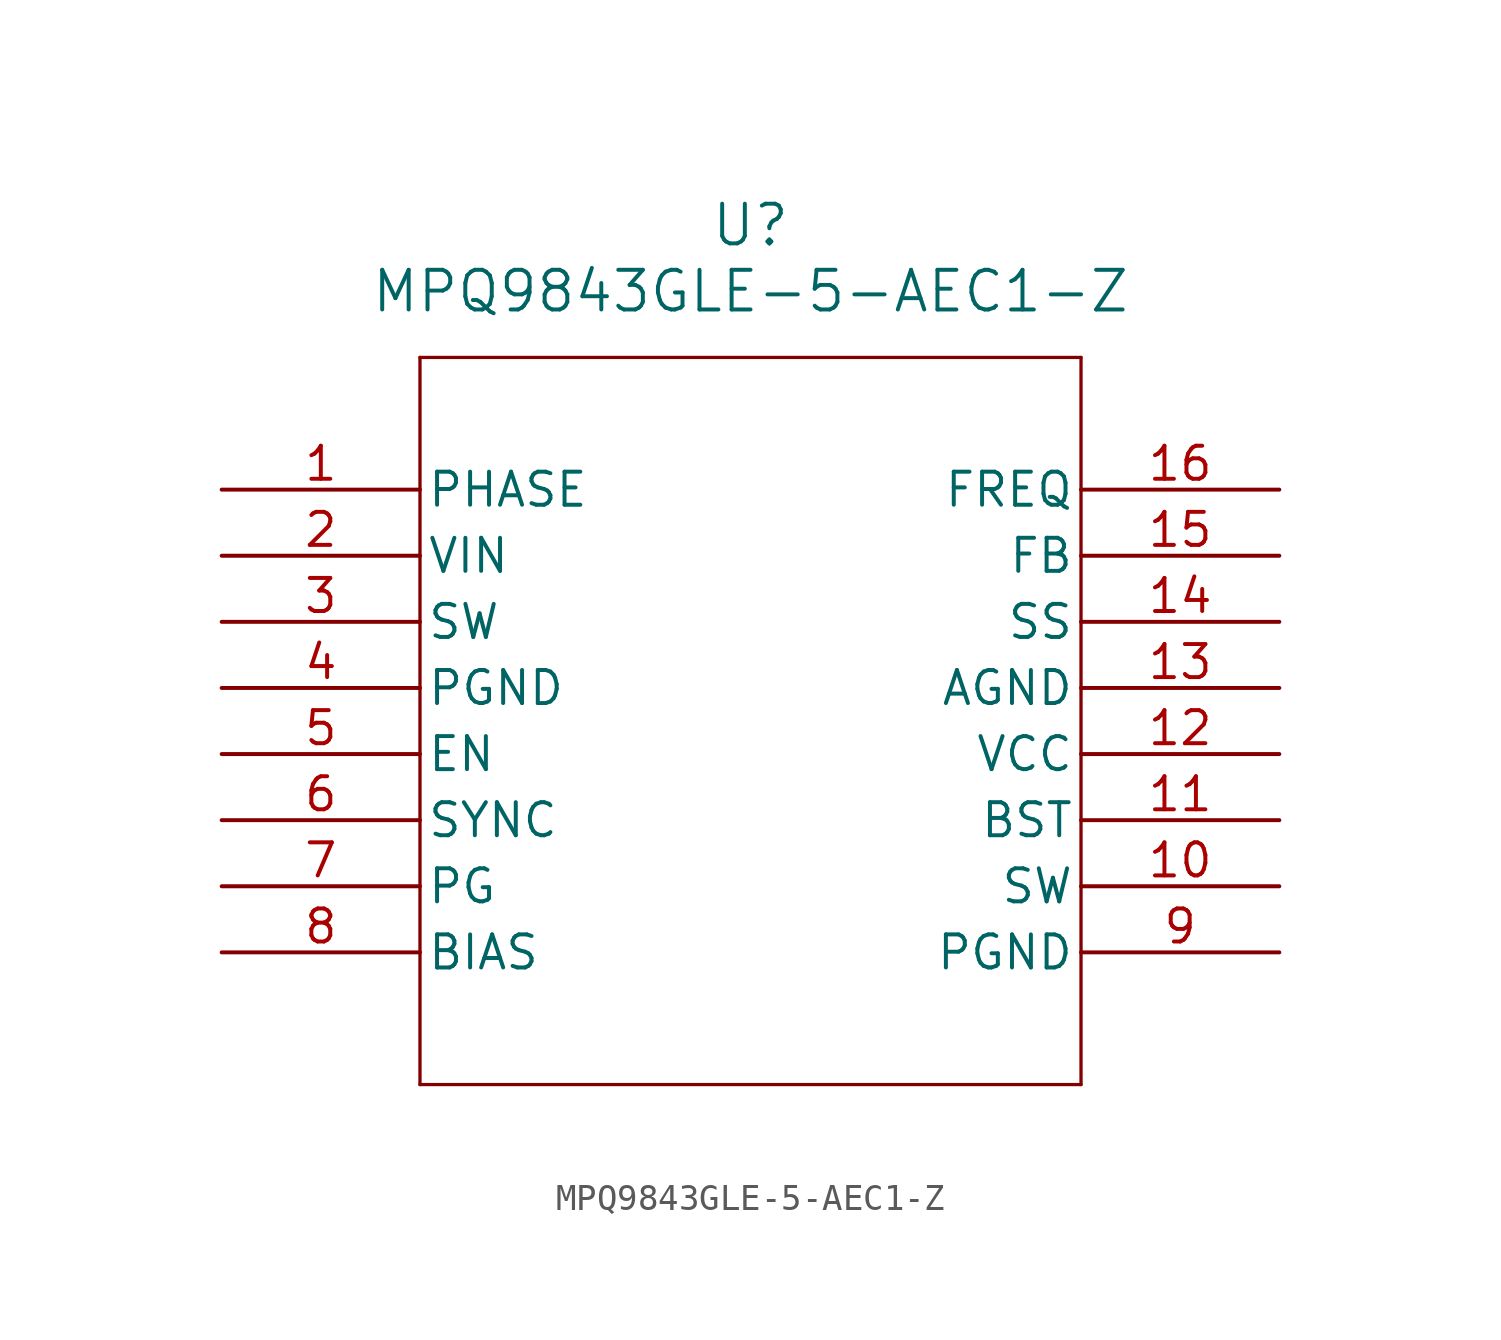
<source format=kicad_sym>
(kicad_symbol_lib
  (version 20211014)
  (generator kicad_symbol_editor)
  (symbol "MPQ9843GLE-5-AEC1-Z"
    (pin_names
      (offset 0.254))
    (property "Reference" "U"
      (at 20.32 10.16 0)
      (effects (font (size 1.524 1.524))))
    (property "Value" "MPQ9843GLE-5-AEC1-Z"
      (at 20.32 7.62 0)
      (effects (font (size 1.524 1.524))))
    (symbol "MPQ9843GLE-5-AEC1-Z_0_1"
      (polyline (pts (xy 7.62 5.08) (xy 7.62 -22.86)) (stroke (width 0.127) (type default) (color 0 0 0 0)) (fill (type none)))
      (polyline (pts (xy 7.62 -22.86) (xy 33.02 -22.86)) (stroke (width 0.127) (type default) (color 0 0 0 0)) (fill (type none)))
      (polyline (pts (xy 33.02 -22.86) (xy 33.02 5.08)) (stroke (width 0.127) (type default) (color 0 0 0 0)) (fill (type none)))
      (polyline (pts (xy 33.02 5.08) (xy 7.62 5.08)) (stroke (width 0.127) (type default) (color 0 0 0 0)) (fill (type none)))
      (pin unspecified line (at 0 0 0) (length 7.62) (name "PHASE" (effects (font (size 1.27 1.27)))) (number "1" (effects (font (size 1.27 1.27)))))
      (pin power_in line (at 0 -2.54 0) (length 7.62) (name "VIN" (effects (font (size 1.27 1.27)))) (number "2" (effects (font (size 1.27 1.27)))))
      (pin output line (at 0 -5.08 0) (length 7.62) (name "SW" (effects (font (size 1.27 1.27)))) (number "3" (effects (font (size 1.27 1.27)))))
      (pin power_in line (at 0 -7.62 0) (length 7.62) (name "PGND" (effects (font (size 1.27 1.27)))) (number "4" (effects (font (size 1.27 1.27)))))
      (pin unspecified line (at 0 -10.16 0) (length 7.62) (name "EN" (effects (font (size 1.27 1.27)))) (number "5" (effects (font (size 1.27 1.27)))))
      (pin unspecified line (at 0 -12.7 0) (length 7.62) (name "SYNC" (effects (font (size 1.27 1.27)))) (number "6" (effects (font (size 1.27 1.27)))))
      (pin output line (at 0 -15.24 0) (length 7.62) (name "PG" (effects (font (size 1.27 1.27)))) (number "7" (effects (font (size 1.27 1.27)))))
      (pin input line (at 0 -17.78 0) (length 7.62) (name "BIAS" (effects (font (size 1.27 1.27)))) (number "8" (effects (font (size 1.27 1.27)))))
      (pin power_in line (at 40.64 -17.78 180) (length 7.62) (name "PGND" (effects (font (size 1.27 1.27)))) (number "9" (effects (font (size 1.27 1.27)))))
      (pin output line (at 40.64 -15.24 180) (length 7.62) (name "SW" (effects (font (size 1.27 1.27)))) (number "10" (effects (font (size 1.27 1.27)))))
      (pin power_in line (at 40.64 -12.7 180) (length 7.62) (name "BST" (effects (font (size 1.27 1.27)))) (number "11" (effects (font (size 1.27 1.27)))))
      (pin power_in line (at 40.64 -10.16 180) (length 7.62) (name "VCC" (effects (font (size 1.27 1.27)))) (number "12" (effects (font (size 1.27 1.27)))))
      (pin power_out line (at 40.64 -7.62 180) (length 7.62) (name "AGND" (effects (font (size 1.27 1.27)))) (number "13" (effects (font (size 1.27 1.27)))))
      (pin input line (at 40.64 -5.08 180) (length 7.62) (name "SS" (effects (font (size 1.27 1.27)))) (number "14" (effects (font (size 1.27 1.27)))))
      (pin input line (at 40.64 -2.54 180) (length 7.62) (name "FB" (effects (font (size 1.27 1.27)))) (number "15" (effects (font (size 1.27 1.27)))))
      (pin unspecified line (at 40.64 0 180) (length 7.62) (name "FREQ" (effects (font (size 1.27 1.27)))) (number "16" (effects (font (size 1.27 1.27))))))))
</source>
